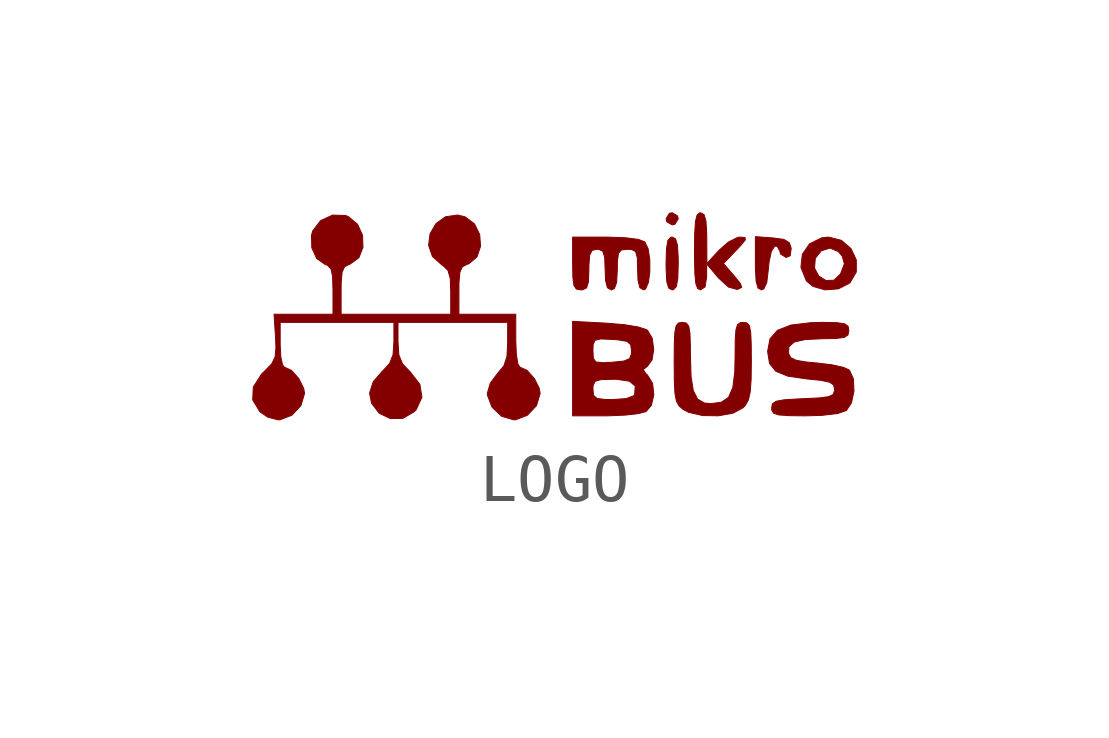
<source format=kicad_sym>
(kicad_symbol_lib
  (version 20220914)
  (generator "bitmap2component")
  (generator_version "8.0")
  (symbol "LOGO"
    (pin_names
      (offset 1.016))
    (property "Reference" "#G"
      (at 0 8.848 0)
      (effects (font (size 1.27 1.27)) hide))
    (symbol "LOGO_0_0"
      (polyline (pts (xy -0.767 -2.2) (xy -0.519 -2.105) (xy -0.329 -1.903) (xy -0.254 -1.651) (xy -0.271 -1.547) (xy -0.373 -1.341) (xy -0.525 -1.171) (xy -0.677 -1.101) (xy -0.718 -1.035) (xy -0.75 -0.838) (xy -0.762 -0.55) (xy -0.762 0) (xy -1.355 0) (xy -1.947 0) (xy -1.947 0.498) (xy -1.946 0.663) (xy -1.926 0.88) (xy -1.875 0.991) (xy -1.779 1.04) (xy -1.738 1.054) (xy -1.57 1.196) (xy -1.496 1.416) (xy -1.514 1.663) (xy -1.623 1.885) (xy -1.819 2.031) (xy -1.973 2.069) (xy -2.228 2.032) (xy -2.426 1.889) (xy -2.549 1.677) (xy -2.579 1.436) (xy -2.499 1.204) (xy -2.29 1.018) (xy -2.269 1.006) (xy -2.174 0.912) (xy -2.128 0.747) (xy -2.117 0.463) (xy -2.117 0) (xy -3.26 0) (xy -4.403 0) (xy -4.403 0.498) (xy -4.401 0.66) (xy -4.382 0.878) (xy -4.331 0.991) (xy -4.235 1.04) (xy -4.214 1.046) (xy -4.032 1.179) (xy -3.947 1.396) (xy -3.956 1.645) (xy -4.059 1.876) (xy -4.255 2.038) (xy -4.311 2.059) (xy -4.582 2.067) (xy -4.832 1.951) (xy -4.995 1.737) (xy -5.02 1.647) (xy -5.014 1.387) (xy -4.913 1.164) (xy -4.74 1.04) (xy -4.685 1.02) (xy -4.613 0.944) (xy -4.58 0.784) (xy -4.572 0.498) (xy -4.572 0) (xy -5.186 0.000100) (xy -5.8 0.000200) (xy -5.77 -0.475) (xy -5.761 -0.692) (xy -5.779 -0.893) (xy -5.852 -1.037) (xy -6.003 -1.19) (xy -6.059 -1.245) (xy -6.233 -1.516) (xy -6.246 -1.784) (xy -6.096 -2.032) (xy -5.934 -2.143) (xy -5.715 -2.201) (xy -5.678 -2.2) (xy -5.43 -2.105) (xy -5.24 -1.903) (xy -5.165 -1.651) (xy -5.182 -1.547) (xy -5.284 -1.341) (xy -5.435 -1.171) (xy -5.588 -1.101) (xy -5.623 -1.059) (xy -5.659 -0.89) (xy -5.673 -0.635) (xy -5.673 -0.169) (xy -4.487 -0.169) (xy -3.302 -0.169) (xy -3.302 -0.574) (xy -3.32 -0.845) (xy -3.394 -1.03) (xy -3.556 -1.201) (xy -3.733 -1.407) (xy -3.81 -1.643) (xy -3.768 -1.853) (xy -3.61 -2.062) (xy -3.377 -2.174) (xy -3.118 -2.171) (xy -2.879 -2.032) (xy -2.835 -1.984) (xy -2.718 -1.729) (xy -2.761 -1.46) (xy -2.963 -1.201) (xy -3.124 -1.032) (xy -3.199 -0.848) (xy -3.217 -0.574) (xy -3.217 -0.169) (xy -2.074 -0.169) (xy -0.931 -0.169) (xy -0.931 -0.604) (xy -0.946 -0.879) (xy -1.009 -1.075) (xy -1.143 -1.235) (xy -1.292 -1.434) (xy -1.355 -1.647) (xy -1.353 -1.685) (xy -1.258 -1.935) (xy -1.057 -2.126) (xy -0.804 -2.201) (xy -0.767 -2.2)) (stroke (width 0.01) (type default)) (fill (type outline)))
      (polyline (pts (xy 1.18 -2.116) (xy 1.518 -2.102) (xy 1.793 -2.071) (xy 1.953 -2.029) (xy 2.063 -1.902) (xy 2.116 -1.679) (xy 2.091 -1.443) (xy 1.984 -1.266) (xy 1.946 -1.233) (xy 1.896 -1.153) (xy 1.984 -1.082) (xy 2.08 -0.948) (xy 2.114 -0.729) (xy 2.082 -0.499) (xy 1.984 -0.334) (xy 1.968 -0.323) (xy 1.793 -0.265) (xy 1.502 -0.217) (xy 1.137 -0.186) (xy 0.423 -0.148) (xy 0.423 -0.762) (xy 0.847 -0.762) (xy 0.85 -0.634) (xy 0.889 -0.542) (xy 1.007 -0.514) (xy 1.249 -0.524) (xy 1.368 -0.533) (xy 1.555 -0.565) (xy 1.634 -0.633) (xy 1.651 -0.762) (xy 1.649 -0.825) (xy 1.611 -0.925) (xy 1.493 -0.975) (xy 1.249 -1) (xy 1.054 -1.01) (xy 0.909 -0.994) (xy 0.855 -0.92) (xy 0.847 -0.762) (xy 0.423 -0.762) (xy 0.423 -1.132) (xy 0.423 -1.566) (xy 0.847 -1.566) (xy 0.85 -1.487) (xy 0.891 -1.398) (xy 1.013 -1.362) (xy 1.261 -1.355) (xy 1.346 -1.356) (xy 1.61 -1.396) (xy 1.729 -1.498) (xy 1.716 -1.672) (xy 1.698 -1.698) (xy 1.543 -1.757) (xy 1.263 -1.778) (xy 1.104 -1.776) (xy 0.932 -1.755) (xy 0.861 -1.693) (xy 0.847 -1.566) (xy 0.423 -1.566) (xy 0.423 -2.117) (xy 1.106 -2.117) (xy 1.18 -2.116)) (stroke (width 0.01) (type default)) (fill (type outline)))
      (polyline (pts (xy 3.769 -2.061) (xy 3.979 -1.947) (xy 4.019 -1.904) (xy 4.086 -1.79) (xy 4.125 -1.622) (xy 4.144 -1.363) (xy 4.149 -0.974) (xy 4.146 -0.615) (xy 4.135 -0.373) (xy 4.108 -0.239) (xy 4.058 -0.181) (xy 3.979 -0.169) (xy 3.924 -0.174) (xy 3.862 -0.213) (xy 3.828 -0.323) (xy 3.813 -0.535) (xy 3.81 -0.883) (xy 3.803 -1.205) (xy 3.762 -1.531) (xy 3.673 -1.732) (xy 3.523 -1.834) (xy 3.299 -1.863) (xy 3.168 -1.849) (xy 3.026 -1.767) (xy 2.938 -1.589) (xy 2.892 -1.293) (xy 2.879 -0.852) (xy 2.878 -0.665) (xy 2.869 -0.398) (xy 2.844 -0.248) (xy 2.793 -0.183) (xy 2.709 -0.169) (xy 2.702 -0.169) (xy 2.627 -0.183) (xy 2.58 -0.244) (xy 2.554 -0.382) (xy 2.542 -0.627) (xy 2.54 -1.011) (xy 2.543 -1.389) (xy 2.556 -1.649) (xy 2.587 -1.811) (xy 2.642 -1.911) (xy 2.728 -1.985) (xy 2.841 -2.044) (xy 3.133 -2.111) (xy 3.464 -2.116) (xy 3.769 -2.061)) (stroke (width 0.01) (type default)) (fill (type outline)))
      (polyline (pts (xy 5.621 -2.107) (xy 5.948 -2.069) (xy 6.13 -2.006) (xy 6.236 -1.847) (xy 6.288 -1.599) (xy 6.276 -1.346) (xy 6.193 -1.164) (xy 6.07 -1.107) (xy 5.827 -1.053) (xy 5.521 -1.016) (xy 5.317 -0.998) (xy 5.088 -0.961) (xy 4.97 -0.904) (xy 4.924 -0.815) (xy 4.931 -0.679) (xy 5.039 -0.58) (xy 5.272 -0.526) (xy 5.652 -0.509) (xy 5.905 -0.505) (xy 6.084 -0.483) (xy 6.163 -0.432) (xy 6.181 -0.339) (xy 6.167 -0.253) (xy 6.096 -0.199) (xy 5.932 -0.175) (xy 5.636 -0.169) (xy 5.391 -0.175) (xy 4.973 -0.225) (xy 4.694 -0.334) (xy 4.538 -0.512) (xy 4.489 -0.767) (xy 4.489 -0.782) (xy 4.528 -1.026) (xy 4.66 -1.189) (xy 4.909 -1.29) (xy 5.3 -1.347) (xy 5.596 -1.377) (xy 5.78 -1.416) (xy 5.864 -1.475) (xy 5.884 -1.566) (xy 5.883 -1.598) (xy 5.853 -1.673) (xy 5.757 -1.718) (xy 5.56 -1.744) (xy 5.228 -1.76) (xy 5.12 -1.765) (xy 4.829 -1.783) (xy 4.663 -1.814) (xy 4.589 -1.866) (xy 4.572 -1.951) (xy 4.575 -1.999) (xy 4.613 -2.062) (xy 4.72 -2.098) (xy 4.93 -2.113) (xy 5.276 -2.117) (xy 5.621 -2.107)) (stroke (width 0.01) (type default)) (fill (type outline)))
      (polyline (pts (xy 1.945 0.528) (xy 2.004 0.666) (xy 2.033 0.887) (xy 2.032 1.139) (xy 1.998 1.363) (xy 1.93 1.507) (xy 1.797 1.56) (xy 1.519 1.596) (xy 1.126 1.609) (xy 0.423 1.609) (xy 0.423 1.058) (xy 0.428 0.775) (xy 0.45 0.602) (xy 0.501 0.525) (xy 0.593 0.508) (xy 0.632 0.51) (xy 0.715 0.551) (xy 0.753 0.677) (xy 0.762 0.931) (xy 0.763 1.029) (xy 0.779 1.238) (xy 0.83 1.332) (xy 0.931 1.355) (xy 0.971 1.353) (xy 1.054 1.312) (xy 1.092 1.185) (xy 1.101 0.931) (xy 1.109 0.71) (xy 1.148 0.553) (xy 1.228 0.508) (xy 1.294 0.535) (xy 1.341 0.665) (xy 1.355 0.931) (xy 1.357 1.101) (xy 1.378 1.271) (xy 1.441 1.341) (xy 1.566 1.355) (xy 1.651 1.351) (xy 1.736 1.308) (xy 1.771 1.183) (xy 1.778 0.931) (xy 1.786 0.71) (xy 1.825 0.553) (xy 1.905 0.508) (xy 1.945 0.528)) (stroke (width 0.01) (type default)) (fill (type outline)))
      (polyline (pts (xy 2.526 0.512) (xy 2.586 0.578) (xy 2.616 0.75) (xy 2.625 1.058) (xy 2.624 1.183) (xy 2.608 1.441) (xy 2.569 1.572) (xy 2.498 1.609) (xy 2.469 1.605) (xy 2.409 1.539) (xy 2.379 1.367) (xy 2.371 1.058) (xy 2.372 0.933) (xy 2.387 0.676) (xy 2.426 0.545) (xy 2.498 0.508) (xy 2.526 0.512)) (stroke (width 0.01) (type default)) (fill (type outline)))
      (polyline (pts (xy 3.184 0.571) (xy 3.217 0.78) (xy 3.217 1.052) (xy 3.453 0.77) (xy 3.463 0.758) (xy 3.673 0.567) (xy 3.848 0.519) (xy 3.875 0.525) (xy 3.947 0.561) (xy 3.921 0.64) (xy 3.788 0.804) (xy 3.567 1.058) (xy 3.832 1.333) (xy 3.926 1.432) (xy 4.024 1.552) (xy 4.016 1.6) (xy 3.91 1.609) (xy 3.86 1.601) (xy 3.67 1.505) (xy 3.473 1.333) (xy 3.222 1.058) (xy 3.22 1.587) (xy 3.219 1.677) (xy 3.203 1.942) (xy 3.163 2.078) (xy 3.09 2.117) (xy 3.072 2.115) (xy 3.018 2.069) (xy 2.985 1.938) (xy 2.968 1.696) (xy 2.963 1.312) (xy 2.964 1.196) (xy 2.971 0.852) (xy 2.991 0.642) (xy 3.03 0.537) (xy 3.09 0.508) (xy 3.184 0.571)) (stroke (width 0.01) (type default)) (fill (type outline)))
      (polyline (pts (xy 4.41 0.529) (xy 4.471 0.664) (xy 4.504 0.946) (xy 4.518 1.092) (xy 4.567 1.317) (xy 4.636 1.419) (xy 4.69 1.417) (xy 4.741 1.319) (xy 4.759 1.254) (xy 4.874 1.185) (xy 4.958 1.219) (xy 4.98 1.376) (xy 4.942 1.49) (xy 4.828 1.56) (xy 4.593 1.592) (xy 4.233 1.618) (xy 4.233 1.063) (xy 4.234 0.962) (xy 4.248 0.69) (xy 4.287 0.548) (xy 4.356 0.508) (xy 4.41 0.529)) (stroke (width 0.01) (type default)) (fill (type outline)))
      (polyline (pts (xy 5.964 0.53) (xy 6.195 0.648) (xy 6.206 0.658) (xy 6.337 0.882) (xy 6.337 1.133) (xy 6.227 1.367) (xy 6.027 1.541) (xy 5.757 1.609) (xy 5.617 1.594) (xy 5.363 1.469) (xy 5.212 1.251) (xy 5.182 0.979) (xy 5.19 0.96) (xy 5.466 0.96) (xy 5.482 1.167) (xy 5.606 1.324) (xy 5.79 1.38) (xy 5.963 1.306) (xy 6.045 1.21) (xy 6.088 1.051) (xy 6.008 0.841) (xy 6.008 0.841) (xy 5.87 0.709) (xy 5.704 0.704) (xy 5.555 0.796) (xy 5.466 0.96) (xy 5.19 0.96) (xy 5.296 0.696) (xy 5.432 0.581) (xy 5.686 0.509) (xy 5.964 0.53)) (stroke (width 0.01) (type default)) (fill (type outline)))
      (polyline (pts (xy 2.557 1.877) (xy 2.625 1.99) (xy 2.61 2.049) (xy 2.498 2.117) (xy 2.438 2.102) (xy 2.371 1.99) (xy 2.385 1.93) (xy 2.498 1.863) (xy 2.557 1.877)) (stroke (width 0.01) (type default)) (fill (type outline))))))
</source>
